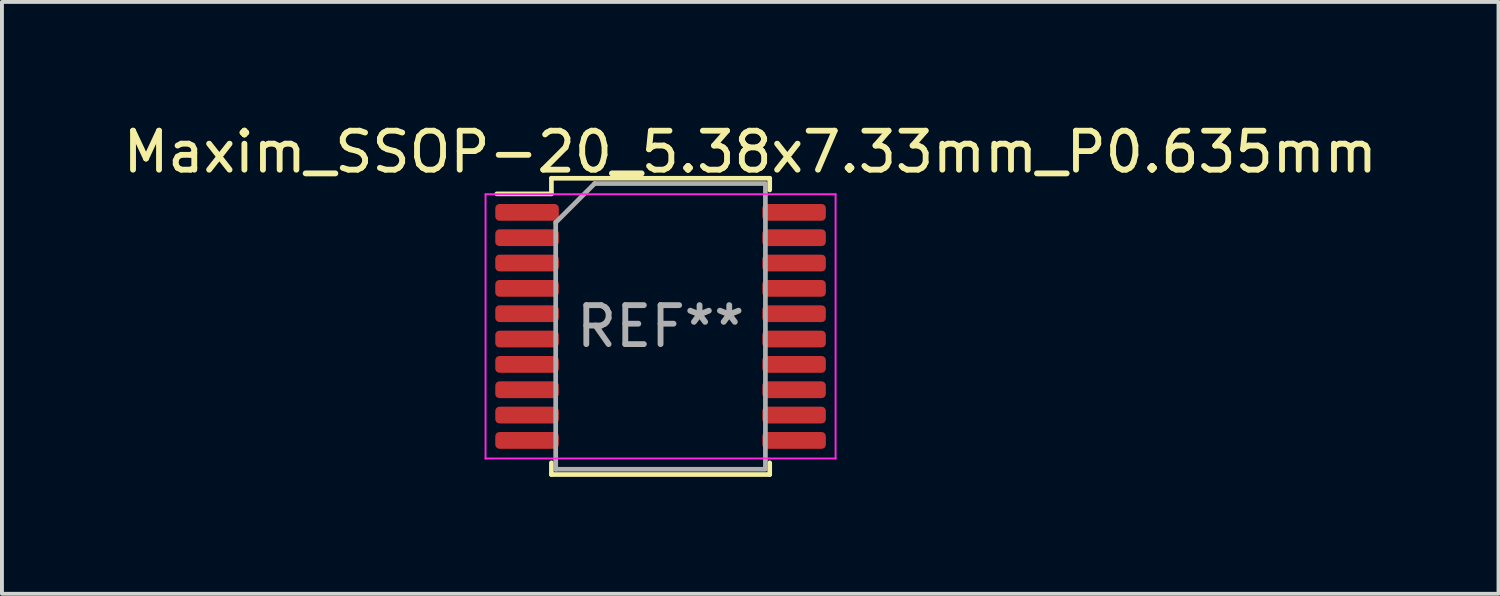
<source format=kicad_pcb>
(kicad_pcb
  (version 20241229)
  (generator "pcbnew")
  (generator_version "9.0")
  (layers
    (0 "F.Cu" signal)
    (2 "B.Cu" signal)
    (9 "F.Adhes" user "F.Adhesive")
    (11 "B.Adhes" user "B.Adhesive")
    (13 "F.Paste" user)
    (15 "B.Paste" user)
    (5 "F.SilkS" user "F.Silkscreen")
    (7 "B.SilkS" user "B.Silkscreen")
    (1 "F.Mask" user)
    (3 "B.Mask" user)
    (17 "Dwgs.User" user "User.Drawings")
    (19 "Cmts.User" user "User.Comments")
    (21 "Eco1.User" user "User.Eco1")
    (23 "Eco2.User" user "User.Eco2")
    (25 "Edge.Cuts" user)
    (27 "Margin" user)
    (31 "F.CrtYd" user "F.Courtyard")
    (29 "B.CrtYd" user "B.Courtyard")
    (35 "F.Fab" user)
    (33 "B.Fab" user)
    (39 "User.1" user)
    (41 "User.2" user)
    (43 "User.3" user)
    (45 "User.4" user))
  (footprint "Maxim_SSOP-20_5.38x7.33mm_P0.635mm"
    (layer "F.Cu")
    (at 13.896 5.323)
    (property "Reference" "Maxim_SSOP-20_5.38x7.33mm_P0.635mm" (at 2.3 -4.475 0) (layer "F.SilkS") (effects (font (size 1 1) (thickness 0.15))))
    (attr smd)
    (fp_line (start -4.2 -3.4) (end -2.8 -3.4) (stroke (width 0.12) (type solid)) (layer "F.SilkS"))
    (fp_line (start -2.8 -3.8) (end 2.8 -3.8) (stroke (width 0.12) (type solid)) (layer "F.SilkS"))
    (fp_line (start -2.8 -3.4) (end -2.8 -3.8) (stroke (width 0.12) (type solid)) (layer "F.SilkS"))
    (fp_line (start -2.8 3.5) (end -2.8 3.8) (stroke (width 0.12) (type solid)) (layer "F.SilkS"))
    (fp_line (start -2.8 3.8) (end 2.8 3.8) (stroke (width 0.12) (type solid)) (layer "F.SilkS"))
    (fp_line (start 2.8 -3.8) (end 2.8 -3.5) (stroke (width 0.12) (type solid)) (layer "F.SilkS"))
    (fp_line (start 2.8 3.8) (end 2.8 3.5) (stroke (width 0.12) (type solid)) (layer "F.SilkS"))
    (fp_line (start -4.49 -3.39) (end 4.49 -3.39) (stroke (width 0.05) (type solid)) (layer "F.CrtYd"))
    (fp_line (start -4.49 3.39) (end -4.49 -3.39) (stroke (width 0.05) (type solid)) (layer "F.CrtYd"))
    (fp_line (start 4.49 -3.39) (end 4.49 3.39) (stroke (width 0.05) (type solid)) (layer "F.CrtYd"))
    (fp_line (start 4.49 3.39) (end -4.49 3.39) (stroke (width 0.05) (type solid)) (layer "F.CrtYd"))
    (fp_line (start -2.69 -2.665) (end -2.69 3.665) (stroke (width 0.12) (type solid)) (layer "F.Fab"))
    (fp_line (start -2.69 3.665) (end 2.69 3.665) (stroke (width 0.12) (type solid)) (layer "F.Fab"))
    (fp_line (start -1.69 -3.665) (end -2.69 -2.665) (stroke (width 0.12) (type solid)) (layer "F.Fab"))
    (fp_line (start -1.69 -3.665) (end 2.69 -3.665) (stroke (width 0.12) (type solid)) (layer "F.Fab"))
    (fp_line (start 2.69 -3.64) (end 2.69 3.64) (stroke (width 0.12) (type solid)) (layer "F.Fab"))
    (fp_text user "REF**" (at 0 0 0) (layer "F.Fab") (effects (font (size 1 1) (thickness 0.15))))
    (pad "1" smd roundrect (at -3.425 -2.925 270) (size 0.43 1.63) (layers "F.Cu" "F.Mask" "F.Paste") (roundrect_rratio 0.25))
    (pad "2" smd roundrect (at -3.425 -2.275 270) (size 0.43 1.63) (layers "F.Cu" "F.Mask" "F.Paste") (roundrect_rratio 0.25))
    (pad "3" smd roundrect (at -3.425 -1.625 270) (size 0.43 1.63) (layers "F.Cu" "F.Mask" "F.Paste") (roundrect_rratio 0.25))
    (pad "4" smd roundrect (at -3.425 -0.975 270) (size 0.43 1.63) (layers "F.Cu" "F.Mask" "F.Paste") (roundrect_rratio 0.25))
    (pad "5" smd roundrect (at -3.425 -0.325 270) (size 0.43 1.63) (layers "F.Cu" "F.Mask" "F.Paste") (roundrect_rratio 0.25))
    (pad "6" smd roundrect (at -3.425 0.325 270) (size 0.43 1.63) (layers "F.Cu" "F.Mask" "F.Paste") (roundrect_rratio 0.25))
    (pad "7" smd roundrect (at -3.425 0.975 270) (size 0.43 1.63) (layers "F.Cu" "F.Mask" "F.Paste") (roundrect_rratio 0.25))
    (pad "8" smd roundrect (at -3.425 1.625 270) (size 0.43 1.63) (layers "F.Cu" "F.Mask" "F.Paste") (roundrect_rratio 0.25))
    (pad "9" smd roundrect (at -3.425 2.275 270) (size 0.43 1.63) (layers "F.Cu" "F.Mask" "F.Paste") (roundrect_rratio 0.25))
    (pad "10" smd roundrect (at -3.425 2.925 270) (size 0.43 1.63) (layers "F.Cu" "F.Mask" "F.Paste") (roundrect_rratio 0.25))
    (pad "11" smd roundrect (at 3.425 2.925 270) (size 0.43 1.63) (layers "F.Cu" "F.Mask" "F.Paste") (roundrect_rratio 0.25))
    (pad "12" smd roundrect (at 3.425 2.275 270) (size 0.43 1.63) (layers "F.Cu" "F.Mask" "F.Paste") (roundrect_rratio 0.25))
    (pad "13" smd roundrect (at 3.425 1.625 270) (size 0.43 1.63) (layers "F.Cu" "F.Mask" "F.Paste") (roundrect_rratio 0.25))
    (pad "14" smd roundrect (at 3.425 0.975 270) (size 0.43 1.63) (layers "F.Cu" "F.Mask" "F.Paste") (roundrect_rratio 0.25))
    (pad "15" smd roundrect (at 3.425 0.325 270) (size 0.43 1.63) (layers "F.Cu" "F.Mask" "F.Paste") (roundrect_rratio 0.25))
    (pad "16" smd roundrect (at 3.425 -0.325 270) (size 0.43 1.63) (layers "F.Cu" "F.Mask" "F.Paste") (roundrect_rratio 0.25))
    (pad "17" smd roundrect (at 3.425 -0.975 270) (size 0.43 1.63) (layers "F.Cu" "F.Mask" "F.Paste") (roundrect_rratio 0.25))
    (pad "18" smd roundrect (at 3.425 -1.625 270) (size 0.43 1.63) (layers "F.Cu" "F.Mask" "F.Paste") (roundrect_rratio 0.25))
    (pad "19" smd roundrect (at 3.425 -2.275 270) (size 0.43 1.63) (layers "F.Cu" "F.Mask" "F.Paste") (roundrect_rratio 0.25))
    (pad "20" smd roundrect (at 3.425 -2.925 270) (size 0.43 1.63) (layers "F.Cu" "F.Mask" "F.Paste") (roundrect_rratio 0.25)))
  (gr_rect
    (start -3 -3)
    (end 35.393 12.183)
    (stroke (width 0.1) (type default))
    (fill no)
    (layer "Edge.Cuts")))
</source>
